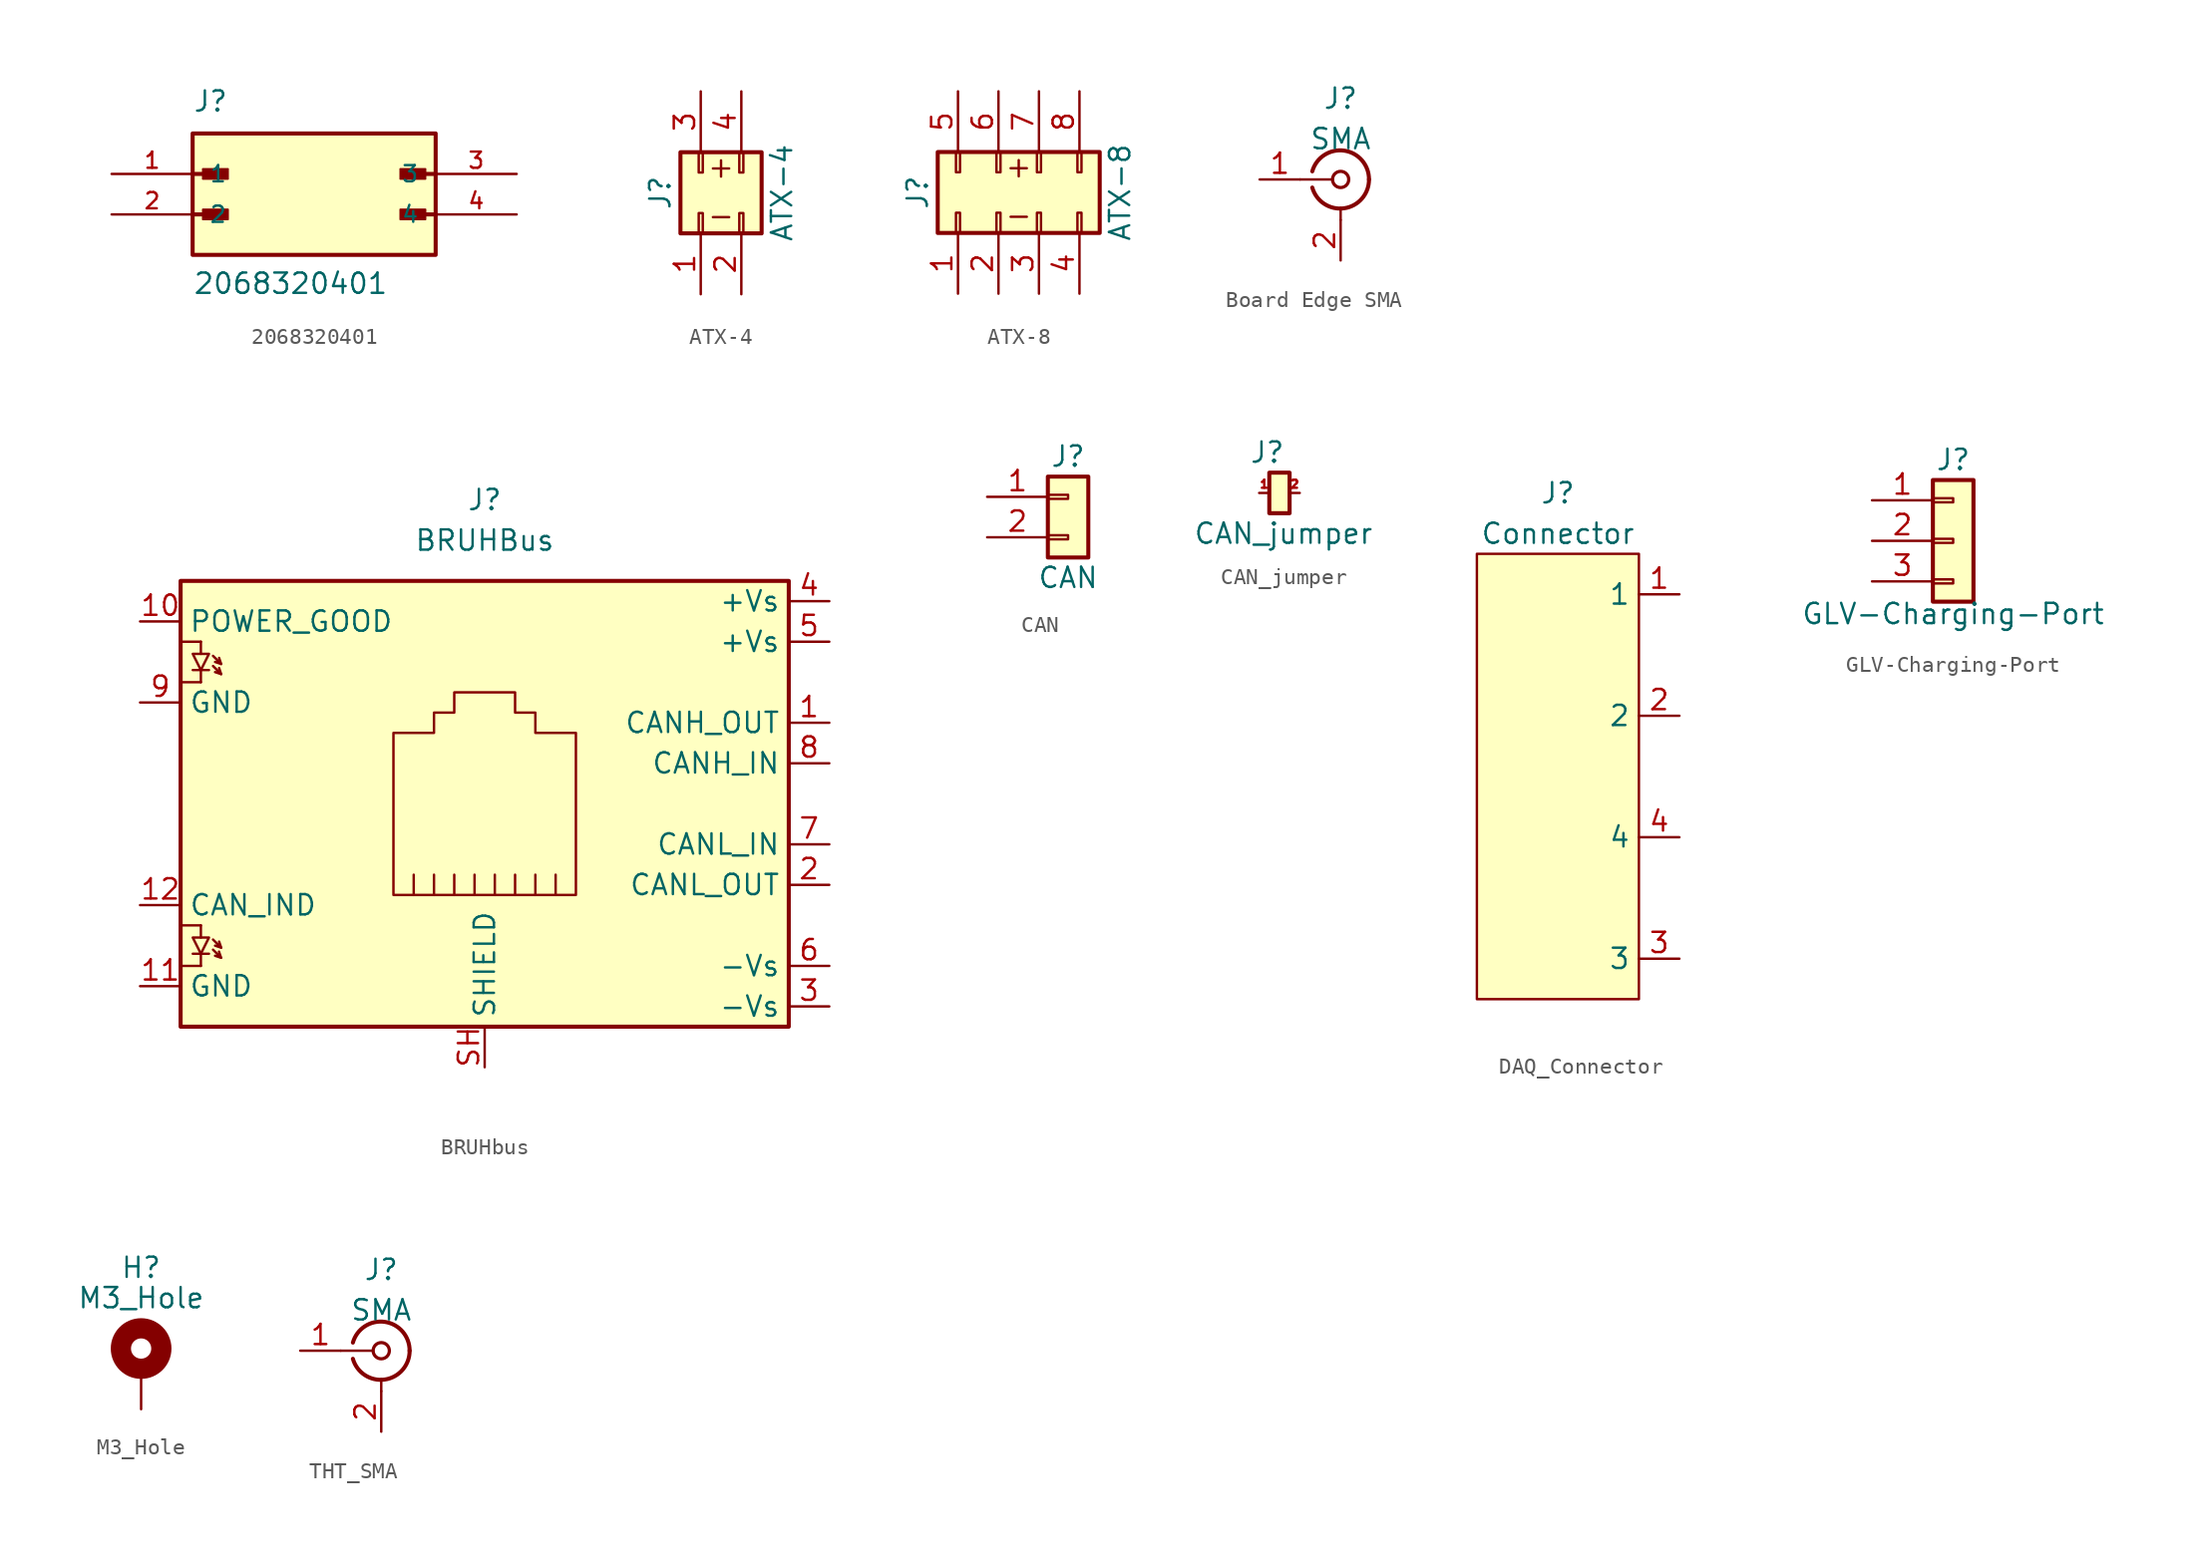
<source format=kicad_sym>
(kicad_symbol_lib
  (version 20241209)
  (generator "kicad_symbol_editor")
  (generator_version "9.0")
  (symbol "2068320401"
    (pin_names
      (offset 1.016))
    (property "Reference" "J"
      (at -7.62 3.81 0)
      (effects (font (size 1.27 1.27)) (justify left bottom)))
    (property "Value" "2068320401"
      (at -7.62 -7.62 0)
      (effects (font (size 1.27 1.27)) (justify left bottom)))
    (symbol "2068320401_0_0"
      (polyline (pts (xy -7.62 0) (xy -5.715 0)) (stroke (width 0.254) (type default)) (fill (type none)))
      (polyline (pts (xy -7.62 -2.54) (xy -5.715 -2.54)) (stroke (width 0.254) (type default)) (fill (type none)))
      (rectangle (start -7.62 -5.08) (end 7.62 2.54) (stroke (width 0.254) (type default)) (fill (type background)))
      (rectangle (start -6.985 -0.318) (end -5.397 0.318) (stroke (width 0.1) (type default)) (fill (type outline)))
      (rectangle (start -6.985 -2.857) (end -5.397 -2.223) (stroke (width 0.1) (type default)) (fill (type outline)))
      (rectangle (start 5.397 -0.318) (end 6.985 0.318) (stroke (width 0.1) (type default)) (fill (type outline)))
      (rectangle (start 5.397 -2.857) (end 6.985 -2.223) (stroke (width 0.1) (type default)) (fill (type outline)))
      (polyline (pts (xy 7.62 0) (xy 5.715 0)) (stroke (width 0.254) (type default)) (fill (type none)))
      (polyline (pts (xy 7.62 -2.54) (xy 5.715 -2.54)) (stroke (width 0.254) (type default)) (fill (type none)))
      (pin passive line (at -12.7 0 0) (length 5.08) (name "1" (effects (font (size 1.016 1.016)))) (number "1" (effects (font (size 1.016 1.016)))))
      (pin passive line (at -12.7 -2.54 0) (length 5.08) (name "2" (effects (font (size 1.016 1.016)))) (number "2" (effects (font (size 1.016 1.016)))))
      (pin passive line (at 12.7 0 180) (length 5.08) (name "3" (effects (font (size 1.016 1.016)))) (number "3" (effects (font (size 1.016 1.016)))))
      (pin passive line (at 12.7 -2.54 180) (length 5.08) (name "4" (effects (font (size 1.016 1.016)))) (number "4" (effects (font (size 1.016 1.016)))))))
  (symbol "ATX-4"
    (pin_names
      (offset 1.016)
      (hide yes))
    (property "Reference" "J"
      (at -3.81 0 90)
      (effects (font (size 1.27 1.27))))
    (property "Value" "ATX-4"
      (at 3.81 0 90)
      (effects (font (size 1.27 1.27))))
    (symbol "ATX-4_1_1"
      (rectangle (start -2.54 -2.54) (end 2.54 2.54) (stroke (width 0.254) (type default)) (fill (type background)))
      (rectangle (start -1.397 2.54) (end -1.143 1.27) (stroke (width 0.152) (type default)) (fill (type none)))
      (rectangle (start -1.397 -2.54) (end -1.143 -1.27) (stroke (width 0.152) (type default)) (fill (type none)))
      (polyline (pts (xy -0.508 1.524) (xy 0.508 1.524)) (stroke (width 0) (type default)) (fill (type none)))
      (polyline (pts (xy 0 1.016) (xy 0 2.032)) (stroke (width 0) (type default)) (fill (type none)))
      (polyline (pts (xy 0.508 -1.524) (xy -0.508 -1.524)) (stroke (width 0) (type default)) (fill (type none)))
      (rectangle (start 1.143 2.54) (end 1.397 1.27) (stroke (width 0.152) (type default)) (fill (type none)))
      (rectangle (start 1.143 -2.54) (end 1.397 -1.27) (stroke (width 0.152) (type default)) (fill (type none)))
      (pin passive line (at -1.27 6.35 270) (length 3.81) (name "PWR1" (effects (font (size 1.27 1.27)))) (number "3" (effects (font (size 1.27 1.27)))))
      (pin passive line (at -1.27 -6.35 90) (length 3.81) (name "GND1" (effects (font (size 1.27 1.27)))) (number "1" (effects (font (size 1.27 1.27)))))
      (pin passive line (at 1.27 6.35 270) (length 3.81) (name "PWR2" (effects (font (size 1.27 1.27)))) (number "4" (effects (font (size 1.27 1.27)))))
      (pin passive line (at 1.27 -6.35 90) (length 3.81) (name "GND2" (effects (font (size 1.27 1.27)))) (number "2" (effects (font (size 1.27 1.27)))))))
  (symbol "ATX-8"
    (pin_names
      (offset 1.016)
      (hide yes))
    (property "Reference" "J"
      (at -6.35 0 90)
      (effects (font (size 1.27 1.27))))
    (property "Value" "ATX-8"
      (at 6.35 0 90)
      (effects (font (size 1.27 1.27))))
    (symbol "ATX-8_1_1"
      (rectangle (start -5.08 -2.54) (end 5.08 2.54) (stroke (width 0.254) (type default)) (fill (type background)))
      (rectangle (start -3.937 2.54) (end -3.683 1.27) (stroke (width 0.152) (type default)) (fill (type none)))
      (rectangle (start -3.937 -2.54) (end -3.683 -1.27) (stroke (width 0.152) (type default)) (fill (type none)))
      (rectangle (start -1.397 2.54) (end -1.143 1.27) (stroke (width 0.152) (type default)) (fill (type none)))
      (rectangle (start -1.397 -2.54) (end -1.143 -1.27) (stroke (width 0.152) (type default)) (fill (type none)))
      (polyline (pts (xy -0.508 1.524) (xy 0.508 1.524)) (stroke (width 0) (type default)) (fill (type none)))
      (polyline (pts (xy 0 1.016) (xy 0 2.032)) (stroke (width 0) (type default)) (fill (type none)))
      (polyline (pts (xy 0.508 -1.524) (xy -0.508 -1.524)) (stroke (width 0) (type default)) (fill (type none)))
      (rectangle (start 1.143 2.54) (end 1.397 1.27) (stroke (width 0.152) (type default)) (fill (type none)))
      (rectangle (start 1.143 -2.54) (end 1.397 -1.27) (stroke (width 0.152) (type default)) (fill (type none)))
      (rectangle (start 3.683 2.54) (end 3.937 1.27) (stroke (width 0.152) (type default)) (fill (type none)))
      (rectangle (start 3.683 -2.54) (end 3.937 -1.27) (stroke (width 0.152) (type default)) (fill (type none)))
      (pin passive line (at -3.81 6.35 270) (length 3.81) (name "PWR1" (effects (font (size 1.27 1.27)))) (number "5" (effects (font (size 1.27 1.27)))))
      (pin passive line (at -3.81 -6.35 90) (length 3.81) (name "GND1" (effects (font (size 1.27 1.27)))) (number "1" (effects (font (size 1.27 1.27)))))
      (pin passive line (at -1.27 6.35 270) (length 3.81) (name "PWR2" (effects (font (size 1.27 1.27)))) (number "6" (effects (font (size 1.27 1.27)))))
      (pin passive line (at -1.27 -6.35 90) (length 3.81) (name "GND2" (effects (font (size 1.27 1.27)))) (number "2" (effects (font (size 1.27 1.27)))))
      (pin passive line (at 1.27 6.35 270) (length 3.81) (name "PWR3" (effects (font (size 1.27 1.27)))) (number "7" (effects (font (size 1.27 1.27)))))
      (pin passive line (at 1.27 -6.35 90) (length 3.81) (name "GND3" (effects (font (size 1.27 1.27)))) (number "3" (effects (font (size 1.27 1.27)))))
      (pin passive line (at 3.81 6.35 270) (length 3.81) (name "PWR4" (effects (font (size 1.27 1.27)))) (number "8" (effects (font (size 1.27 1.27)))))
      (pin passive line (at 3.81 -6.35 90) (length 3.81) (name "GND4" (effects (font (size 1.27 1.27)))) (number "4" (effects (font (size 1.27 1.27)))))))
  (symbol "Board Edge SMA"
    (property "Reference" "J"
      (at 0 5.08 0)
      (effects (font (size 1.27 1.27))))
    (property "Value" "SMA"
      (at 0 2.54 0)
      (effects (font (size 1.27 1.27))))
    (symbol "Board Edge SMA_0_1"
      (polyline (pts (xy -2.54 0) (xy -0.508 0)) (stroke (width 0) (type default)) (fill (type none)))
      (arc (start 1.778 0) (mid 0.222 -1.8079) (end -1.778 -0.508) (stroke (width 0.254) (type default)) (fill (type none)))
      (arc (start -1.778 0.508) (mid 0.2221 1.8084) (end 1.778 0) (stroke (width 0.254) (type default)) (fill (type none)))
      (circle (center 0 0) (radius 0.508) (stroke (width 0.203) (type default)) (fill (type none)))
      (polyline (pts (xy 0 -2.54) (xy 0 -1.778)) (stroke (width 0) (type default)) (fill (type none))))
    (symbol "Board Edge SMA_1_1"
      (pin passive line (at -5.08 0 0) (length 2.54) (name "" (effects (font (size 1.27 1.27)))) (number "1" (effects (font (size 1.27 1.27)))))
      (pin passive line (at 0 -5.08 90) (length 2.54) (name "" (effects (font (size 1.27 1.27)))) (number "2" (effects (font (size 1.27 1.27)))))))
  (symbol "BRUHbus"
    (property "Reference" "J"
      (at 0 19.05 0)
      (effects (font (size 1.27 1.27))))
    (property "Value" "BRUHBus"
      (at 0 16.51 0)
      (effects (font (size 1.27 1.27))))
    (symbol "BRUHbus_0_1"
      (rectangle (start -19.05 13.97) (end 19.05 -13.97) (stroke (width 0.254) (type default)) (fill (type background)))
      (polyline (pts (xy -19.05 10.16) (xy -17.78 10.16)) (stroke (width 0) (type default)) (fill (type none)))
      (polyline (pts (xy -19.05 7.62) (xy -17.78 7.62)) (stroke (width 0) (type default)) (fill (type none)))
      (polyline (pts (xy -19.05 -7.62) (xy -17.78 -7.62)) (stroke (width 0) (type default)) (fill (type none)))
      (polyline (pts (xy -19.05 -10.16) (xy -17.78 -10.16)) (stroke (width 0) (type default)) (fill (type none)))
      (polyline (pts (xy -18.288 8.382) (xy -17.272 8.382)) (stroke (width 0) (type default)) (fill (type none)))
      (polyline (pts (xy -18.288 -9.398) (xy -17.272 -9.398)) (stroke (width 0) (type default)) (fill (type none)))
      (polyline (pts (xy -17.78 10.16) (xy -17.78 9.398)) (stroke (width 0) (type default)) (fill (type none)))
      (polyline (pts (xy -17.78 8.382) (xy -18.288 9.398) (xy -17.272 9.398) (xy -17.78 8.382)) (stroke (width 0) (type default)) (fill (type none)))
      (polyline (pts (xy -17.78 7.62) (xy -17.78 8.382)) (stroke (width 0) (type default)) (fill (type none)))
      (polyline (pts (xy -17.78 -7.62) (xy -17.78 -8.382)) (stroke (width 0) (type default)) (fill (type none)))
      (polyline (pts (xy -17.78 -9.398) (xy -18.288 -8.382) (xy -17.272 -8.382) (xy -17.78 -9.398)) (stroke (width 0) (type default)) (fill (type none)))
      (polyline (pts (xy -17.78 -10.16) (xy -17.78 -9.398)) (stroke (width 0) (type default)) (fill (type none)))
      (polyline (pts (xy -17.018 9.271) (xy -16.51 8.763) (xy -16.891 8.89)) (stroke (width 0) (type default)) (fill (type none)))
      (polyline (pts (xy -17.018 8.636) (xy -16.51 8.128) (xy -16.891 8.255)) (stroke (width 0) (type default)) (fill (type none)))
      (polyline (pts (xy -17.018 -8.509) (xy -16.51 -9.017) (xy -16.891 -8.89)) (stroke (width 0) (type default)) (fill (type none)))
      (polyline (pts (xy -17.018 -9.144) (xy -16.51 -9.652) (xy -16.891 -9.525)) (stroke (width 0) (type default)) (fill (type none)))
      (polyline (pts (xy -16.517 -9.646) (xy -16.645 -9.265)) (stroke (width 0) (type default)) (fill (type none)))
      (polyline (pts (xy -16.51 8.763) (xy -16.637 9.144)) (stroke (width 0) (type default)) (fill (type none)))
      (polyline (pts (xy -16.51 8.128) (xy -16.637 8.509)) (stroke (width 0) (type default)) (fill (type none)))
      (polyline (pts (xy -16.51 -9.017) (xy -16.637 -8.636)) (stroke (width 0) (type default)) (fill (type none)))
      (polyline (pts (xy -4.445 -4.445) (xy -4.445 -5.715)) (stroke (width 0) (type default)) (fill (type none)))
      (polyline (pts (xy -3.175 -4.445) (xy -3.175 -5.715)) (stroke (width 0) (type default)) (fill (type none)))
      (polyline (pts (xy -1.905 -4.445) (xy -1.905 -5.715) (xy -1.905 -5.715)) (stroke (width 0) (type default)) (fill (type none)))
      (polyline (pts (xy -0.635 -5.715) (xy -0.635 -4.445) (xy -0.635 -4.445)) (stroke (width 0) (type default)) (fill (type none)))
      (polyline (pts (xy 0.635 -5.715) (xy 0.635 -4.445) (xy 0.635 -4.445)) (stroke (width 0) (type default)) (fill (type none)))
      (polyline (pts (xy 1.905 -5.715) (xy 1.905 -4.445) (xy 1.905 -4.445)) (stroke (width 0) (type default)) (fill (type none)))
      (polyline (pts (xy 3.175 -5.715) (xy 3.175 -4.445) (xy 3.175 -4.445)) (stroke (width 0) (type default)) (fill (type none)))
      (polyline (pts (xy 4.445 -5.715) (xy 4.445 -4.445) (xy 4.445 -4.445)) (stroke (width 0) (type default)) (fill (type none)))
      (polyline (pts (xy 5.715 -5.715) (xy -5.715 -5.715) (xy -5.715 4.445) (xy -3.175 4.445) (xy -3.175 5.715) (xy -1.905 5.715) (xy -1.905 6.985) (xy 1.905 6.985) (xy 1.905 5.715) (xy 3.175 5.715) (xy 3.175 4.445) (xy 5.715 4.445) (xy 5.715 -5.715) (xy 5.715 -5.715)) (stroke (width 0) (type default)) (fill (type none))))
    (symbol "BRUHbus_1_1"
      (pin passive line (at -21.59 11.43 0) (length 2.54) (name "POWER_GOOD" (effects (font (size 1.27 1.27)))) (number "10" (effects (font (size 1.27 1.27)))))
      (pin passive line (at -21.59 6.35 0) (length 2.54) (name "GND" (effects (font (size 1.27 1.27)))) (number "9" (effects (font (size 1.27 1.27)))))
      (pin passive line (at -21.59 -6.35 0) (length 2.54) (name "CAN_IND" (effects (font (size 1.27 1.27)))) (number "12" (effects (font (size 1.27 1.27)))))
      (pin passive line (at -21.59 -11.43 0) (length 2.54) (name "GND" (effects (font (size 1.27 1.27)))) (number "11" (effects (font (size 1.27 1.27)))))
      (pin passive line (at 0 -16.51 90) (length 2.54) (name "SHIELD" (effects (font (size 1.27 1.27)))) (number "SH" (effects (font (size 1.27 1.27)))))
      (pin passive line (at 21.59 12.7 180) (length 2.54) (name "+Vs" (effects (font (size 1.27 1.27)))) (number "4" (effects (font (size 1.27 1.27)))))
      (pin passive line (at 21.59 10.16 180) (length 2.54) (name "+Vs" (effects (font (size 1.27 1.27)))) (number "5" (effects (font (size 1.27 1.27)))))
      (pin passive line (at 21.59 5.08 180) (length 2.54) (name "CANH_OUT" (effects (font (size 1.27 1.27)))) (number "1" (effects (font (size 1.27 1.27)))))
      (pin passive line (at 21.59 2.54 180) (length 2.54) (name "CANH_IN" (effects (font (size 1.27 1.27)))) (number "8" (effects (font (size 1.27 1.27)))))
      (pin passive line (at 21.59 -2.54 180) (length 2.54) (name "CANL_IN" (effects (font (size 1.27 1.27)))) (number "7" (effects (font (size 1.27 1.27)))))
      (pin passive line (at 21.59 -5.08 180) (length 2.54) (name "CANL_OUT" (effects (font (size 1.27 1.27)))) (number "2" (effects (font (size 1.27 1.27)))))
      (pin passive line (at 21.59 -10.16 180) (length 2.54) (name "-Vs" (effects (font (size 1.27 1.27)))) (number "6" (effects (font (size 1.27 1.27)))))
      (pin passive line (at 21.59 -12.7 180) (length 2.54) (name "-Vs" (effects (font (size 1.27 1.27)))) (number "3" (effects (font (size 1.27 1.27)))))))
  (symbol "CAN"
    (pin_names
      (offset 1.016)
      (hide yes))
    (property "Reference" "J"
      (at 0 2.54 0)
      (effects (font (size 1.27 1.27))))
    (property "Value" "CAN"
      (at 0 -5.08 0)
      (effects (font (size 1.27 1.27))))
    (symbol "CAN_1_1"
      (rectangle (start -1.27 1.27) (end 1.27 -3.81) (stroke (width 0.254) (type default)) (fill (type background)))
      (rectangle (start -1.27 0.127) (end 0 -0.127) (stroke (width 0.152) (type default)) (fill (type none)))
      (rectangle (start -1.27 -2.413) (end 0 -2.667) (stroke (width 0.152) (type default)) (fill (type none)))
      (pin passive line (at -5.08 0 0) (length 3.81) (name "PWR" (effects (font (size 1.27 1.27)))) (number "1" (effects (font (size 1.27 1.27)))))
      (pin passive line (at -5.08 -2.54 0) (length 3.81) (name "CANH" (effects (font (size 1.27 1.27)))) (number "2" (effects (font (size 1.27 1.27)))))))
  (symbol "CAN_jumper"
    (pin_names
      (offset 1.016)
      (hide yes))
    (property "Reference" "J"
      (at -0.762 2.54 0)
      (effects (font (size 1.27 1.27))))
    (property "Value" "CAN_jumper"
      (at 0.254 -2.54 0)
      (effects (font (size 1.27 1.27))))
    (symbol "CAN_jumper_1_1"
      (rectangle (start -0.635 1.27) (end 0.635 -1.27) (stroke (width 0.254) (type default)) (fill (type background)))
      (pin passive line (at -1.27 0 0) (length 0.635) (name "Pin_1" (effects (font (size 0.508 0.508)))) (number "1" (effects (font (size 0.508 0.508)))))
      (pin passive line (at 1.27 0 180) (length 0.635) (name "Pin_2" (effects (font (size 0.508 0.508)))) (number "2" (effects (font (size 0.508 0.508)))))))
  (symbol "DAQ_Connector"
    (property "Reference" "J"
      (at 0 17.78 0)
      (effects (font (size 1.27 1.27))))
    (property "Value" "Connector"
      (at 0 15.24 0)
      (effects (font (size 1.27 1.27))))
    (symbol "DAQ_Connector_1_1"
      (rectangle (start -5.08 13.97) (end 5.08 -13.97) (stroke (width 0) (type solid)) (fill (type background)))
      (pin passive line (at 7.62 11.43 180) (length 2.54) (name "1" (effects (font (size 1.27 1.27)))) (number "1" (effects (font (size 1.27 1.27)))) (alternate "3.3V" passive line) (alternate "5V" passive line) (alternate "CANH" passive line) (alternate "CANL" passive line) (alternate "CS" passive line) (alternate "GND" passive line) (alternate "MISO" passive line) (alternate "MOSI" passive line) (alternate "SCK" passive line) (alternate "SCL" passive line) (alternate "SDA" passive line) (alternate "VBATT+" passive line) (alternate "V_OUT" passive line) (alternate "V_REF" passive line))
      (pin passive line (at 7.62 3.81 180) (length 2.54) (name "2" (effects (font (size 1.27 1.27)))) (number "2" (effects (font (size 1.27 1.27)))) (alternate "3.3V" passive line) (alternate "5V" passive line) (alternate "CANH" passive line) (alternate "CANL" passive line) (alternate "CS" passive line) (alternate "GND" passive line) (alternate "MISO" passive line) (alternate "MOSI" passive line) (alternate "SCK" passive line) (alternate "SCL" passive line) (alternate "SDA" passive line) (alternate "VBATT+" passive line) (alternate "V_OUT" passive line) (alternate "V_REF" passive line))
      (pin passive line (at 7.62 -3.81 180) (length 2.54) (name "4" (effects (font (size 1.27 1.27)))) (number "4" (effects (font (size 1.27 1.27)))) (alternate "3.3V" passive line) (alternate "5V" passive line) (alternate "CANH" passive line) (alternate "CANL" passive line) (alternate "CS" passive line) (alternate "GND" passive line) (alternate "MISO" passive line) (alternate "MOSI" passive line) (alternate "SCK" passive line) (alternate "SCL" passive line) (alternate "SDA" passive line) (alternate "VBATT+" passive line) (alternate "V_OUT" passive line) (alternate "V_REF" passive line))
      (pin passive line (at 7.62 -11.43 180) (length 2.54) (name "3" (effects (font (size 1.27 1.27)))) (number "3" (effects (font (size 1.27 1.27)))) (alternate "3.3V" passive line) (alternate "5V" passive line) (alternate "CANH" passive line) (alternate "CANL" passive line) (alternate "CS" passive line) (alternate "GND" passive line) (alternate "MISO" passive line) (alternate "MOSI" passive line) (alternate "SCK" passive line) (alternate "SCL" passive line) (alternate "SDA" passive line) (alternate "VBATT+" passive line) (alternate "V_OUT" passive line) (alternate "V_REF" passive line))))
  (symbol "GLV-Charging-Port"
    (pin_names
      (offset 1.016)
      (hide yes))
    (property "Reference" "J"
      (at 0 2.54 0)
      (effects (font (size 1.27 1.27))))
    (property "Value" "GLV-Charging-Port"
      (at 0 -7.112 0)
      (effects (font (size 1.27 1.27))))
    (symbol "GLV-Charging-Port_1_1"
      (rectangle (start -1.27 1.27) (end 1.27 -6.35) (stroke (width 0.254) (type default)) (fill (type background)))
      (rectangle (start -1.27 0.127) (end 0 -0.127) (stroke (width 0.152) (type default)) (fill (type none)))
      (rectangle (start -1.27 -2.413) (end 0 -2.667) (stroke (width 0.152) (type default)) (fill (type none)))
      (rectangle (start -1.27 -4.953) (end 0 -5.207) (stroke (width 0.152) (type default)) (fill (type none)))
      (pin passive line (at -5.08 0 0) (length 3.81) (name "GND" (effects (font (size 1.27 1.27)))) (number "1" (effects (font (size 1.27 1.27)))))
      (pin passive line (at -5.08 -2.54 0) (length 3.81) (name "GND" (effects (font (size 1.27 1.27)))) (number "2" (effects (font (size 1.27 1.27)))))
      (pin passive line (at -5.08 -5.08 0) (length 3.81) (name "PWR" (effects (font (size 1.27 1.27)))) (number "3" (effects (font (size 1.27 1.27)))))))
  (symbol "M3_Hole"
    (pin_numbers
      (hide yes))
    (pin_names
      (offset 1.016)
      (hide yes))
    (property "Reference" "H"
      (at 0 6.35 0)
      (effects (font (size 1.27 1.27))))
    (property "Value" "M3_Hole"
      (at 0 4.445 0)
      (effects (font (size 1.27 1.27))))
    (symbol "M3_Hole_0_1"
      (circle (center 0 1.27) (radius 1.27) (stroke (width 1.27) (type default)) (fill (type none))))
    (symbol "M3_Hole_1_1"
      (pin input line (at 0 -2.54 90) (length 2.54) (name "1" (effects (font (size 1.27 1.27)))) (number "1" (effects (font (size 1.27 1.27)))))))
  (symbol "THT_SMA"
    (property "Reference" "J"
      (at 0 5.08 0)
      (effects (font (size 1.27 1.27))))
    (property "Value" "SMA"
      (at 0 2.54 0)
      (effects (font (size 1.27 1.27))))
    (symbol "THT_SMA_0_1"
      (polyline (pts (xy -2.54 0) (xy -0.508 0)) (stroke (width 0) (type default)) (fill (type none)))
      (arc (start 1.778 0) (mid 0.222 -1.8079) (end -1.778 -0.508) (stroke (width 0.254) (type default)) (fill (type none)))
      (arc (start -1.778 0.508) (mid 0.2221 1.8084) (end 1.778 0) (stroke (width 0.254) (type default)) (fill (type none)))
      (circle (center 0 0) (radius 0.508) (stroke (width 0.203) (type default)) (fill (type none)))
      (polyline (pts (xy 0 -2.54) (xy 0 -1.778)) (stroke (width 0) (type default)) (fill (type none))))
    (symbol "THT_SMA_1_1"
      (pin passive line (at -5.08 0 0) (length 2.54) (name "" (effects (font (size 1.27 1.27)))) (number "1" (effects (font (size 1.27 1.27)))))
      (pin passive line (at 0 -5.08 90) (length 2.54) (name "" (effects (font (size 1.27 1.27)))) (number "2" (effects (font (size 1.27 1.27))))))))
</source>
